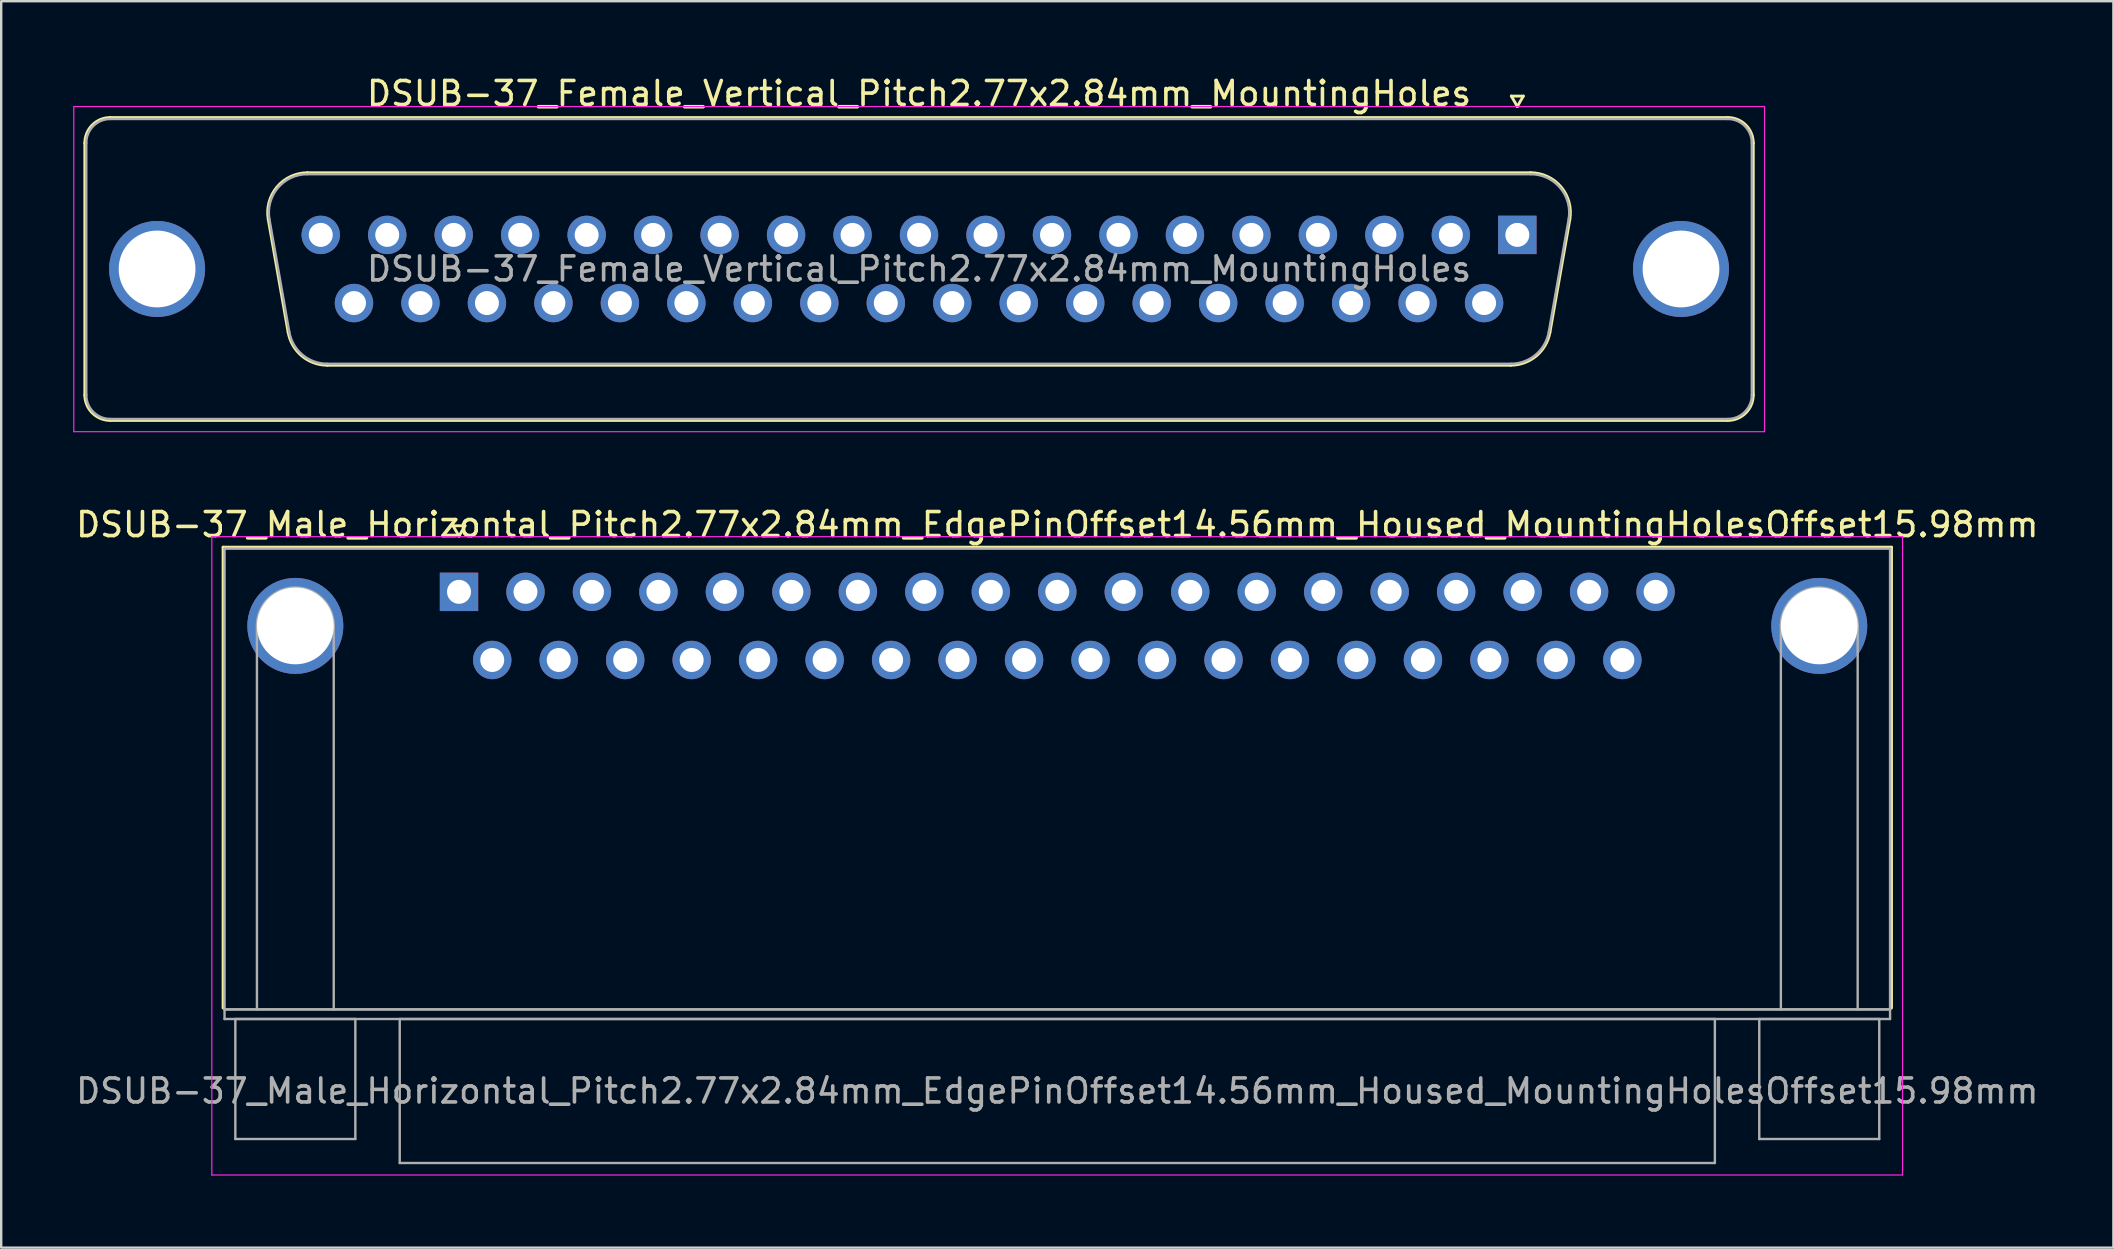
<source format=kicad_pcb>
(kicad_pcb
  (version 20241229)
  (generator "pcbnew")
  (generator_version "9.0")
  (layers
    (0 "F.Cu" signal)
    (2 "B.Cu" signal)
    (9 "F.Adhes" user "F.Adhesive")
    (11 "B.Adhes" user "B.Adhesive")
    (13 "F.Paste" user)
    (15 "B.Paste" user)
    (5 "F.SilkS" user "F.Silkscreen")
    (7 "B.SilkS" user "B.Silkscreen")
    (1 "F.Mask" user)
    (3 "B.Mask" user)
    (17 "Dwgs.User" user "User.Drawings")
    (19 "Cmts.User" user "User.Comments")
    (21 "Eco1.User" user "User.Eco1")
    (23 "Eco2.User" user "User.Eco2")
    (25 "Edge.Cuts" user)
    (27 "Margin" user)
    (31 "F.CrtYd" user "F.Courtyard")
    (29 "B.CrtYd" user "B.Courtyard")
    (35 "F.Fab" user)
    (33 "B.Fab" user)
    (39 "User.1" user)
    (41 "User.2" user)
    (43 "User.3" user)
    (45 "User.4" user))
  (footprint "DSUB-37_Female_Vertical_Pitch2.77x2.84mm_MountingHoles"
    (layer "F.Cu")
    (at 60.175 6.738)
    (property "Reference" "DSUB-37_Female_Vertical_Pitch2.77x2.84mm_MountingHoles" (at -24.93 -5.89 0) (layer "F.SilkS") (effects (font (size 1 1) (thickness 0.15))))
    (attr through_hole)
    (fp_line (start -59.69 6.67) (end -59.69 -3.83) (stroke (width 0.12) (type solid)) (layer "F.SilkS"))
    (fp_line (start -58.63 -4.89) (end 8.77 -4.89) (stroke (width 0.12) (type solid)) (layer "F.SilkS"))
    (fp_line (start -52.046 -0.642) (end -51.218 4.058) (stroke (width 0.12) (type solid)) (layer "F.SilkS"))
    (fp_line (start -50.412 -2.59) (end 0.552 -2.59) (stroke (width 0.12) (type solid)) (layer "F.SilkS"))
    (fp_line (start -49.583 5.43) (end -0.277 5.43) (stroke (width 0.12) (type solid)) (layer "F.SilkS"))
    (fp_line (start -0.25 -5.784) (end 0.25 -5.784) (stroke (width 0.12) (type solid)) (layer "F.SilkS"))
    (fp_line (start 0 -5.351) (end -0.25 -5.784) (stroke (width 0.12) (type solid)) (layer "F.SilkS"))
    (fp_line (start 0.25 -5.784) (end 0 -5.351) (stroke (width 0.12) (type solid)) (layer "F.SilkS"))
    (fp_line (start 2.186 -0.642) (end 1.358 4.058) (stroke (width 0.12) (type solid)) (layer "F.SilkS"))
    (fp_line (start 8.77 7.73) (end -58.63 7.73) (stroke (width 0.12) (type solid)) (layer "F.SilkS"))
    (fp_line (start 9.83 -3.83) (end 9.83 6.67) (stroke (width 0.12) (type solid)) (layer "F.SilkS"))
    (fp_arc (start -59.69 -3.83) (mid -59.379533 -4.579533) (end -58.63 -4.89) (stroke (width 0.12) (type solid)) (layer "F.SilkS"))
    (fp_arc (start -58.63 7.73) (mid -59.379533 7.419533) (end -59.69 6.67) (stroke (width 0.12) (type solid)) (layer "F.SilkS"))
    (fp_arc (start -52.04647 -0.641744) (mid -51.683323 -1.997028) (end -50.411689 -2.59) (stroke (width 0.12) (type solid)) (layer "F.SilkS"))
    (fp_arc (start -49.582952 5.43) (mid -50.649979 5.041634) (end -51.217733 4.058256) (stroke (width 0.12) (type solid)) (layer "F.SilkS"))
    (fp_arc (start 0.551689 -2.59) (mid 1.823323 -1.997027) (end 2.18647 -0.641744) (stroke (width 0.12) (type solid)) (layer "F.SilkS"))
    (fp_arc (start 1.357733 4.058256) (mid 0.78998 5.041634) (end -0.277048 5.43) (stroke (width 0.12) (type solid)) (layer "F.SilkS"))
    (fp_arc (start 8.77 -4.89) (mid 9.519533 -4.579533) (end 9.83 -3.83) (stroke (width 0.12) (type solid)) (layer "F.SilkS"))
    (fp_arc (start 9.83 6.67) (mid 9.519533 7.419533) (end 8.77 7.73) (stroke (width 0.12) (type solid)) (layer "F.SilkS"))
    (fp_line (start -60.15 -5.35) (end -60.15 8.2) (stroke (width 0.05) (type solid)) (layer "F.CrtYd"))
    (fp_line (start -60.15 8.2) (end 10.3 8.2) (stroke (width 0.05) (type solid)) (layer "F.CrtYd"))
    (fp_line (start 10.3 -5.35) (end -60.15 -5.35) (stroke (width 0.05) (type solid)) (layer "F.CrtYd"))
    (fp_line (start 10.3 8.2) (end 10.3 -5.35) (stroke (width 0.05) (type solid)) (layer "F.CrtYd"))
    (fp_line (start -59.63 6.67) (end -59.63 -3.83) (stroke (width 0.1) (type solid)) (layer "F.Fab"))
    (fp_line (start -58.63 -4.83) (end 8.77 -4.83) (stroke (width 0.1) (type solid)) (layer "F.Fab"))
    (fp_line (start -51.999 -0.652) (end -51.17 4.048) (stroke (width 0.1) (type solid)) (layer "F.Fab"))
    (fp_line (start -50.423 -2.53) (end 0.563 -2.53) (stroke (width 0.1) (type solid)) (layer "F.Fab"))
    (fp_line (start -49.594 5.37) (end -0.266 5.37) (stroke (width 0.1) (type solid)) (layer "F.Fab"))
    (fp_line (start 2.139 -0.652) (end 1.31 4.048) (stroke (width 0.1) (type solid)) (layer "F.Fab"))
    (fp_line (start 8.77 7.67) (end -58.63 7.67) (stroke (width 0.1) (type solid)) (layer "F.Fab"))
    (fp_line (start 9.77 -3.83) (end 9.77 6.67) (stroke (width 0.1) (type solid)) (layer "F.Fab"))
    (fp_arc (start -59.63 -3.83) (mid -59.337107 -4.537107) (end -58.63 -4.83) (stroke (width 0.1) (type solid)) (layer "F.Fab"))
    (fp_arc (start -58.63 7.67) (mid -59.337107 7.377107) (end -59.63 6.67) (stroke (width 0.1) (type solid)) (layer "F.Fab"))
    (fp_arc (start -51.998886 -0.652163) (mid -51.648865 -1.95846) (end -50.423194 -2.53) (stroke (width 0.1) (type solid)) (layer "F.Fab"))
    (fp_arc (start -49.594457 5.37) (mid -50.622917 4.995671) (end -51.170149 4.047837) (stroke (width 0.1) (type solid)) (layer "F.Fab"))
    (fp_arc (start 0.563194 -2.53) (mid 1.788865 -1.95846) (end 2.138886 -0.652163) (stroke (width 0.1) (type solid)) (layer "F.Fab"))
    (fp_arc (start 1.310149 4.047837) (mid 0.762917 4.995671) (end -0.265543 5.37) (stroke (width 0.1) (type solid)) (layer "F.Fab"))
    (fp_arc (start 8.77 -4.83) (mid 9.477107 -4.537107) (end 9.77 -3.83) (stroke (width 0.1) (type solid)) (layer "F.Fab"))
    (fp_arc (start 9.77 6.67) (mid 9.477107 7.377107) (end 8.77 7.67) (stroke (width 0.1) (type solid)) (layer "F.Fab"))
    (fp_text user "${REFERENCE}" (at -24.93 1.42 0) (layer "F.Fab") (effects (font (size 1 1) (thickness 0.15))))
    (pad "0" thru_hole circle (at -56.68 1.42) (size 4 4) (drill 3.2) (layers "*.Cu" "*.Mask"))
    (pad "0" thru_hole circle (at 6.82 1.42) (size 4 4) (drill 3.2) (layers "*.Cu" "*.Mask"))
    (pad "1" thru_hole rect (at 0 0) (size 1.6 1.6) (drill 1) (layers "*.Cu" "*.Mask"))
    (pad "2" thru_hole circle (at -2.77 0) (size 1.6 1.6) (drill 1) (layers "*.Cu" "*.Mask"))
    (pad "3" thru_hole circle (at -5.54 0) (size 1.6 1.6) (drill 1) (layers "*.Cu" "*.Mask"))
    (pad "4" thru_hole circle (at -8.31 0) (size 1.6 1.6) (drill 1) (layers "*.Cu" "*.Mask"))
    (pad "5" thru_hole circle (at -11.08 0) (size 1.6 1.6) (drill 1) (layers "*.Cu" "*.Mask"))
    (pad "6" thru_hole circle (at -13.85 0) (size 1.6 1.6) (drill 1) (layers "*.Cu" "*.Mask"))
    (pad "7" thru_hole circle (at -16.62 0) (size 1.6 1.6) (drill 1) (layers "*.Cu" "*.Mask"))
    (pad "8" thru_hole circle (at -19.39 0) (size 1.6 1.6) (drill 1) (layers "*.Cu" "*.Mask"))
    (pad "9" thru_hole circle (at -22.16 0) (size 1.6 1.6) (drill 1) (layers "*.Cu" "*.Mask"))
    (pad "10" thru_hole circle (at -24.93 0) (size 1.6 1.6) (drill 1) (layers "*.Cu" "*.Mask"))
    (pad "11" thru_hole circle (at -27.7 0) (size 1.6 1.6) (drill 1) (layers "*.Cu" "*.Mask"))
    (pad "12" thru_hole circle (at -30.47 0) (size 1.6 1.6) (drill 1) (layers "*.Cu" "*.Mask"))
    (pad "13" thru_hole circle (at -33.24 0) (size 1.6 1.6) (drill 1) (layers "*.Cu" "*.Mask"))
    (pad "14" thru_hole circle (at -36.01 0) (size 1.6 1.6) (drill 1) (layers "*.Cu" "*.Mask"))
    (pad "15" thru_hole circle (at -38.78 0) (size 1.6 1.6) (drill 1) (layers "*.Cu" "*.Mask"))
    (pad "16" thru_hole circle (at -41.55 0) (size 1.6 1.6) (drill 1) (layers "*.Cu" "*.Mask"))
    (pad "17" thru_hole circle (at -44.32 0) (size 1.6 1.6) (drill 1) (layers "*.Cu" "*.Mask"))
    (pad "18" thru_hole circle (at -47.09 0) (size 1.6 1.6) (drill 1) (layers "*.Cu" "*.Mask"))
    (pad "19" thru_hole circle (at -49.86 0) (size 1.6 1.6) (drill 1) (layers "*.Cu" "*.Mask"))
    (pad "20" thru_hole circle (at -1.385 2.84) (size 1.6 1.6) (drill 1) (layers "*.Cu" "*.Mask"))
    (pad "21" thru_hole circle (at -4.155 2.84) (size 1.6 1.6) (drill 1) (layers "*.Cu" "*.Mask"))
    (pad "22" thru_hole circle (at -6.925 2.84) (size 1.6 1.6) (drill 1) (layers "*.Cu" "*.Mask"))
    (pad "23" thru_hole circle (at -9.695 2.84) (size 1.6 1.6) (drill 1) (layers "*.Cu" "*.Mask"))
    (pad "24" thru_hole circle (at -12.465 2.84) (size 1.6 1.6) (drill 1) (layers "*.Cu" "*.Mask"))
    (pad "25" thru_hole circle (at -15.235 2.84) (size 1.6 1.6) (drill 1) (layers "*.Cu" "*.Mask"))
    (pad "26" thru_hole circle (at -18.005 2.84) (size 1.6 1.6) (drill 1) (layers "*.Cu" "*.Mask"))
    (pad "27" thru_hole circle (at -20.775 2.84) (size 1.6 1.6) (drill 1) (layers "*.Cu" "*.Mask"))
    (pad "28" thru_hole circle (at -23.545 2.84) (size 1.6 1.6) (drill 1) (layers "*.Cu" "*.Mask"))
    (pad "29" thru_hole circle (at -26.315 2.84) (size 1.6 1.6) (drill 1) (layers "*.Cu" "*.Mask"))
    (pad "30" thru_hole circle (at -29.085 2.84) (size 1.6 1.6) (drill 1) (layers "*.Cu" "*.Mask"))
    (pad "31" thru_hole circle (at -31.855 2.84) (size 1.6 1.6) (drill 1) (layers "*.Cu" "*.Mask"))
    (pad "32" thru_hole circle (at -34.625 2.84) (size 1.6 1.6) (drill 1) (layers "*.Cu" "*.Mask"))
    (pad "33" thru_hole circle (at -37.395 2.84) (size 1.6 1.6) (drill 1) (layers "*.Cu" "*.Mask"))
    (pad "34" thru_hole circle (at -40.165 2.84) (size 1.6 1.6) (drill 1) (layers "*.Cu" "*.Mask"))
    (pad "35" thru_hole circle (at -42.935 2.84) (size 1.6 1.6) (drill 1) (layers "*.Cu" "*.Mask"))
    (pad "36" thru_hole circle (at -45.705 2.84) (size 1.6 1.6) (drill 1) (layers "*.Cu" "*.Mask"))
    (pad "37" thru_hole circle (at -48.475 2.84) (size 1.6 1.6) (drill 1) (layers "*.Cu" "*.Mask")))
  (footprint "DSUB-37_Male_Horizontal_Pitch2.77x2.84mm_EdgePinOffset14.56mm_Housed_MountingHolesOffset15.98mm"
    (layer "F.Cu")
    (at 16.076 21.611)
    (property "Reference" "DSUB-37_Male_Horizontal_Pitch2.77x2.84mm_EdgePinOffset14.56mm_Housed_MountingHolesOffset15.98mm" (at 24.93 -2.8 0) (layer "F.SilkS") (effects (font (size 1 1) (thickness 0.15))))
    (attr through_hole)
    (fp_line (start -9.83 -1.86) (end 59.69 -1.86) (stroke (width 0.12) (type solid)) (layer "F.SilkS"))
    (fp_line (start -9.83 17.34) (end -9.83 -1.86) (stroke (width 0.12) (type solid)) (layer "F.SilkS"))
    (fp_line (start -0.25 -2.754) (end 0.25 -2.754) (stroke (width 0.12) (type solid)) (layer "F.SilkS"))
    (fp_line (start 0 -2.321) (end -0.25 -2.754) (stroke (width 0.12) (type solid)) (layer "F.SilkS"))
    (fp_line (start 0.25 -2.754) (end 0 -2.321) (stroke (width 0.12) (type solid)) (layer "F.SilkS"))
    (fp_line (start 59.69 -1.86) (end 59.69 17.34) (stroke (width 0.12) (type solid)) (layer "F.SilkS"))
    (fp_line (start -10.3 -2.3) (end -10.3 24.3) (stroke (width 0.05) (type solid)) (layer "F.CrtYd"))
    (fp_line (start -10.3 24.3) (end 60.15 24.3) (stroke (width 0.05) (type solid)) (layer "F.CrtYd"))
    (fp_line (start 60.15 -2.3) (end -10.3 -2.3) (stroke (width 0.05) (type solid)) (layer "F.CrtYd"))
    (fp_line (start 60.15 24.3) (end 60.15 -2.3) (stroke (width 0.05) (type solid)) (layer "F.CrtYd"))
    (fp_line (start -9.77 -1.8) (end -9.77 17.4) (stroke (width 0.1) (type solid)) (layer "F.Fab"))
    (fp_line (start -9.77 17.4) (end -9.77 17.8) (stroke (width 0.1) (type solid)) (layer "F.Fab"))
    (fp_line (start -9.77 17.4) (end 59.63 17.4) (stroke (width 0.1) (type solid)) (layer "F.Fab"))
    (fp_line (start -9.77 17.8) (end 59.63 17.8) (stroke (width 0.1) (type solid)) (layer "F.Fab"))
    (fp_line (start -9.32 17.8) (end -9.32 22.8) (stroke (width 0.1) (type solid)) (layer "F.Fab"))
    (fp_line (start -9.32 22.8) (end -4.32 22.8) (stroke (width 0.1) (type solid)) (layer "F.Fab"))
    (fp_line (start -8.42 17.4) (end -8.42 1.42) (stroke (width 0.1) (type solid)) (layer "F.Fab"))
    (fp_line (start -5.22 17.4) (end -5.22 1.42) (stroke (width 0.1) (type solid)) (layer "F.Fab"))
    (fp_line (start -4.32 17.8) (end -9.32 17.8) (stroke (width 0.1) (type solid)) (layer "F.Fab"))
    (fp_line (start -4.32 22.8) (end -4.32 17.8) (stroke (width 0.1) (type solid)) (layer "F.Fab"))
    (fp_line (start -2.47 17.8) (end -2.47 23.8) (stroke (width 0.1) (type solid)) (layer "F.Fab"))
    (fp_line (start -2.47 23.8) (end 52.33 23.8) (stroke (width 0.1) (type solid)) (layer "F.Fab"))
    (fp_line (start 52.33 17.8) (end -2.47 17.8) (stroke (width 0.1) (type solid)) (layer "F.Fab"))
    (fp_line (start 52.33 23.8) (end 52.33 17.8) (stroke (width 0.1) (type solid)) (layer "F.Fab"))
    (fp_line (start 54.18 17.8) (end 54.18 22.8) (stroke (width 0.1) (type solid)) (layer "F.Fab"))
    (fp_line (start 54.18 22.8) (end 59.18 22.8) (stroke (width 0.1) (type solid)) (layer "F.Fab"))
    (fp_line (start 55.08 17.4) (end 55.08 1.42) (stroke (width 0.1) (type solid)) (layer "F.Fab"))
    (fp_line (start 58.28 17.4) (end 58.28 1.42) (stroke (width 0.1) (type solid)) (layer "F.Fab"))
    (fp_line (start 59.18 17.8) (end 54.18 17.8) (stroke (width 0.1) (type solid)) (layer "F.Fab"))
    (fp_line (start 59.18 22.8) (end 59.18 17.8) (stroke (width 0.1) (type solid)) (layer "F.Fab"))
    (fp_line (start 59.63 -1.8) (end -9.77 -1.8) (stroke (width 0.1) (type solid)) (layer "F.Fab"))
    (fp_line (start 59.63 17.4) (end -9.77 17.4) (stroke (width 0.1) (type solid)) (layer "F.Fab"))
    (fp_line (start 59.63 17.4) (end 59.63 -1.8) (stroke (width 0.1) (type solid)) (layer "F.Fab"))
    (fp_line (start 59.63 17.8) (end 59.63 17.4) (stroke (width 0.1) (type solid)) (layer "F.Fab"))
    (fp_arc (start -8.42 1.42) (mid -6.82 -0.18) (end -5.22 1.42) (stroke (width 0.1) (type solid)) (layer "F.Fab"))
    (fp_arc (start 55.08 1.42) (mid 56.68 -0.18) (end 58.28 1.42) (stroke (width 0.1) (type solid)) (layer "F.Fab"))
    (fp_text user "${REFERENCE}" (at 24.93 20.8 0) (layer "F.Fab") (effects (font (size 1 1) (thickness 0.15))))
    (pad "0" thru_hole circle (at -6.82 1.42) (size 4 4) (drill 3.2) (layers "*.Cu" "*.Mask"))
    (pad "0" thru_hole circle (at 56.68 1.42) (size 4 4) (drill 3.2) (layers "*.Cu" "*.Mask"))
    (pad "1" thru_hole rect (at 0 0) (size 1.6 1.6) (drill 1) (layers "*.Cu" "*.Mask"))
    (pad "2" thru_hole circle (at 2.77 0) (size 1.6 1.6) (drill 1) (layers "*.Cu" "*.Mask"))
    (pad "3" thru_hole circle (at 5.54 0) (size 1.6 1.6) (drill 1) (layers "*.Cu" "*.Mask"))
    (pad "4" thru_hole circle (at 8.31 0) (size 1.6 1.6) (drill 1) (layers "*.Cu" "*.Mask"))
    (pad "5" thru_hole circle (at 11.08 0) (size 1.6 1.6) (drill 1) (layers "*.Cu" "*.Mask"))
    (pad "6" thru_hole circle (at 13.85 0) (size 1.6 1.6) (drill 1) (layers "*.Cu" "*.Mask"))
    (pad "7" thru_hole circle (at 16.62 0) (size 1.6 1.6) (drill 1) (layers "*.Cu" "*.Mask"))
    (pad "8" thru_hole circle (at 19.39 0) (size 1.6 1.6) (drill 1) (layers "*.Cu" "*.Mask"))
    (pad "9" thru_hole circle (at 22.16 0) (size 1.6 1.6) (drill 1) (layers "*.Cu" "*.Mask"))
    (pad "10" thru_hole circle (at 24.93 0) (size 1.6 1.6) (drill 1) (layers "*.Cu" "*.Mask"))
    (pad "11" thru_hole circle (at 27.7 0) (size 1.6 1.6) (drill 1) (layers "*.Cu" "*.Mask"))
    (pad "12" thru_hole circle (at 30.47 0) (size 1.6 1.6) (drill 1) (layers "*.Cu" "*.Mask"))
    (pad "13" thru_hole circle (at 33.24 0) (size 1.6 1.6) (drill 1) (layers "*.Cu" "*.Mask"))
    (pad "14" thru_hole circle (at 36.01 0) (size 1.6 1.6) (drill 1) (layers "*.Cu" "*.Mask"))
    (pad "15" thru_hole circle (at 38.78 0) (size 1.6 1.6) (drill 1) (layers "*.Cu" "*.Mask"))
    (pad "16" thru_hole circle (at 41.55 0) (size 1.6 1.6) (drill 1) (layers "*.Cu" "*.Mask"))
    (pad "17" thru_hole circle (at 44.32 0) (size 1.6 1.6) (drill 1) (layers "*.Cu" "*.Mask"))
    (pad "18" thru_hole circle (at 47.09 0) (size 1.6 1.6) (drill 1) (layers "*.Cu" "*.Mask"))
    (pad "19" thru_hole circle (at 49.86 0) (size 1.6 1.6) (drill 1) (layers "*.Cu" "*.Mask"))
    (pad "20" thru_hole circle (at 1.385 2.84) (size 1.6 1.6) (drill 1) (layers "*.Cu" "*.Mask"))
    (pad "21" thru_hole circle (at 4.155 2.84) (size 1.6 1.6) (drill 1) (layers "*.Cu" "*.Mask"))
    (pad "22" thru_hole circle (at 6.925 2.84) (size 1.6 1.6) (drill 1) (layers "*.Cu" "*.Mask"))
    (pad "23" thru_hole circle (at 9.695 2.84) (size 1.6 1.6) (drill 1) (layers "*.Cu" "*.Mask"))
    (pad "24" thru_hole circle (at 12.465 2.84) (size 1.6 1.6) (drill 1) (layers "*.Cu" "*.Mask"))
    (pad "25" thru_hole circle (at 15.235 2.84) (size 1.6 1.6) (drill 1) (layers "*.Cu" "*.Mask"))
    (pad "26" thru_hole circle (at 18.005 2.84) (size 1.6 1.6) (drill 1) (layers "*.Cu" "*.Mask"))
    (pad "27" thru_hole circle (at 20.775 2.84) (size 1.6 1.6) (drill 1) (layers "*.Cu" "*.Mask"))
    (pad "28" thru_hole circle (at 23.545 2.84) (size 1.6 1.6) (drill 1) (layers "*.Cu" "*.Mask"))
    (pad "29" thru_hole circle (at 26.315 2.84) (size 1.6 1.6) (drill 1) (layers "*.Cu" "*.Mask"))
    (pad "30" thru_hole circle (at 29.085 2.84) (size 1.6 1.6) (drill 1) (layers "*.Cu" "*.Mask"))
    (pad "31" thru_hole circle (at 31.855 2.84) (size 1.6 1.6) (drill 1) (layers "*.Cu" "*.Mask"))
    (pad "32" thru_hole circle (at 34.625 2.84) (size 1.6 1.6) (drill 1) (layers "*.Cu" "*.Mask"))
    (pad "33" thru_hole circle (at 37.395 2.84) (size 1.6 1.6) (drill 1) (layers "*.Cu" "*.Mask"))
    (pad "34" thru_hole circle (at 40.165 2.84) (size 1.6 1.6) (drill 1) (layers "*.Cu" "*.Mask"))
    (pad "35" thru_hole circle (at 42.935 2.84) (size 1.6 1.6) (drill 1) (layers "*.Cu" "*.Mask"))
    (pad "36" thru_hole circle (at 45.705 2.84) (size 1.6 1.6) (drill 1) (layers "*.Cu" "*.Mask"))
    (pad "37" thru_hole circle (at 48.475 2.84) (size 1.6 1.6) (drill 1) (layers "*.Cu" "*.Mask")))
  (gr_rect
    (start -3 -3)
    (end 85.012 48.937)
    (stroke (width 0.1) (type default))
    (fill no)
    (layer "Edge.Cuts")))
</source>
